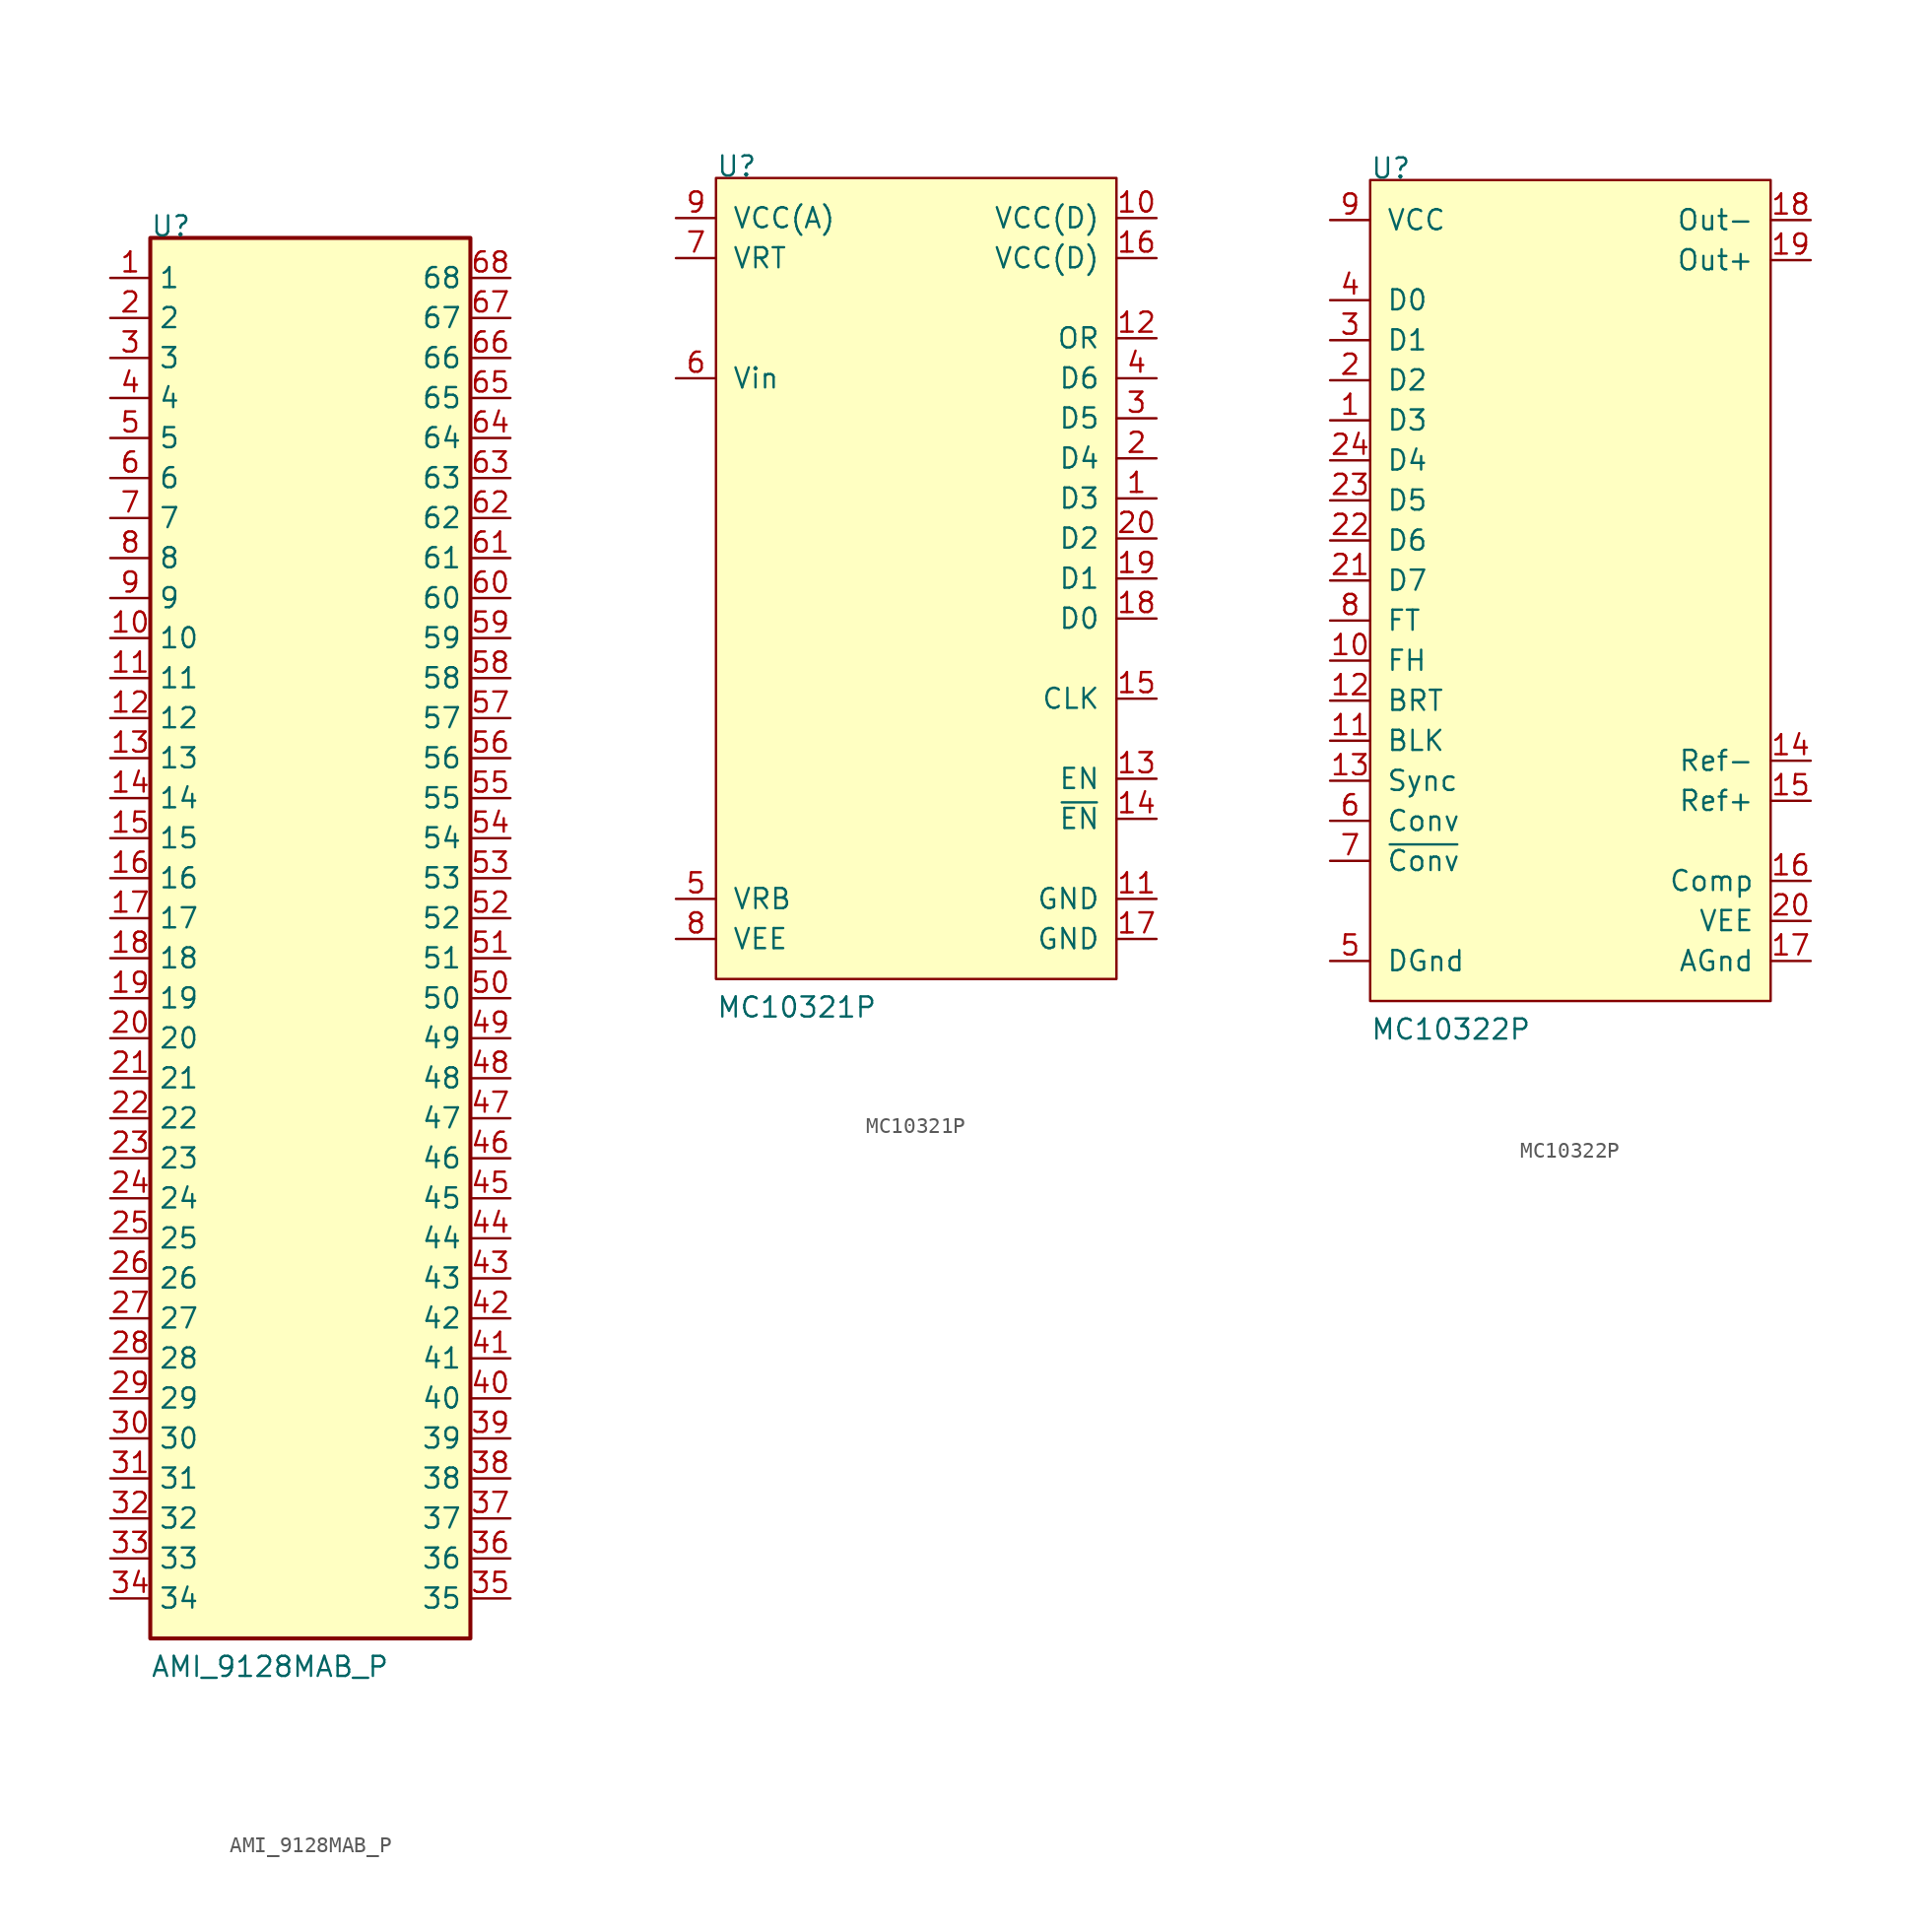
<source format=kicad_sym>
(kicad_symbol_lib
  (version 20211014)
  (generator kicad_symbol_editor)
  (symbol "AMI_9128MAB_P"
    (property "Reference" "U"
      (at -10.16 44.45 0)
      (effects (font (size 1.27 1.27)) (justify left bottom)))
    (property "Value" "AMI_9128MAB_P"
      (at -10.16 -46.99 0)
      (effects (font (size 1.27 1.27)) (justify left bottom)))
    (symbol "AMI_9128MAB_P_0_0"
      (rectangle (start -10.16 44.45) (end 10.16 -44.45) (stroke (width 0.254) (type default) (color 0 0 0 0)) (fill (type background))))
    (symbol "AMI_9128MAB_P_1_1"
      (pin passive line (at -12.7 41.91 0) (length 2.54) (name "1" (effects (font (size 1.27 1.27)))) (number "1" (effects (font (size 1.27 1.27)))))
      (pin passive line (at -12.7 19.05 0) (length 2.54) (name "10" (effects (font (size 1.27 1.27)))) (number "10" (effects (font (size 1.27 1.27)))))
      (pin passive line (at -12.7 16.51 0) (length 2.54) (name "11" (effects (font (size 1.27 1.27)))) (number "11" (effects (font (size 1.27 1.27)))))
      (pin passive line (at -12.7 13.97 0) (length 2.54) (name "12" (effects (font (size 1.27 1.27)))) (number "12" (effects (font (size 1.27 1.27)))))
      (pin passive line (at -12.7 11.43 0) (length 2.54) (name "13" (effects (font (size 1.27 1.27)))) (number "13" (effects (font (size 1.27 1.27)))))
      (pin passive line (at -12.7 8.89 0) (length 2.54) (name "14" (effects (font (size 1.27 1.27)))) (number "14" (effects (font (size 1.27 1.27)))))
      (pin passive line (at -12.7 6.35 0) (length 2.54) (name "15" (effects (font (size 1.27 1.27)))) (number "15" (effects (font (size 1.27 1.27)))))
      (pin passive line (at -12.7 3.81 0) (length 2.54) (name "16" (effects (font (size 1.27 1.27)))) (number "16" (effects (font (size 1.27 1.27)))))
      (pin passive line (at -12.7 1.27 0) (length 2.54) (name "17" (effects (font (size 1.27 1.27)))) (number "17" (effects (font (size 1.27 1.27)))))
      (pin passive line (at -12.7 -1.27 0) (length 2.54) (name "18" (effects (font (size 1.27 1.27)))) (number "18" (effects (font (size 1.27 1.27)))))
      (pin passive line (at -12.7 -3.81 0) (length 2.54) (name "19" (effects (font (size 1.27 1.27)))) (number "19" (effects (font (size 1.27 1.27)))))
      (pin passive line (at -12.7 39.37 0) (length 2.54) (name "2" (effects (font (size 1.27 1.27)))) (number "2" (effects (font (size 1.27 1.27)))))
      (pin passive line (at -12.7 -6.35 0) (length 2.54) (name "20" (effects (font (size 1.27 1.27)))) (number "20" (effects (font (size 1.27 1.27)))))
      (pin passive line (at -12.7 -8.89 0) (length 2.54) (name "21" (effects (font (size 1.27 1.27)))) (number "21" (effects (font (size 1.27 1.27)))))
      (pin passive line (at -12.7 -11.43 0) (length 2.54) (name "22" (effects (font (size 1.27 1.27)))) (number "22" (effects (font (size 1.27 1.27)))))
      (pin passive line (at -12.7 -13.97 0) (length 2.54) (name "23" (effects (font (size 1.27 1.27)))) (number "23" (effects (font (size 1.27 1.27)))))
      (pin passive line (at -12.7 -16.51 0) (length 2.54) (name "24" (effects (font (size 1.27 1.27)))) (number "24" (effects (font (size 1.27 1.27)))))
      (pin passive line (at -12.7 -19.05 0) (length 2.54) (name "25" (effects (font (size 1.27 1.27)))) (number "25" (effects (font (size 1.27 1.27)))))
      (pin passive line (at -12.7 -21.59 0) (length 2.54) (name "26" (effects (font (size 1.27 1.27)))) (number "26" (effects (font (size 1.27 1.27)))))
      (pin passive line (at -12.7 -24.13 0) (length 2.54) (name "27" (effects (font (size 1.27 1.27)))) (number "27" (effects (font (size 1.27 1.27)))))
      (pin passive line (at -12.7 -26.67 0) (length 2.54) (name "28" (effects (font (size 1.27 1.27)))) (number "28" (effects (font (size 1.27 1.27)))))
      (pin passive line (at -12.7 -29.21 0) (length 2.54) (name "29" (effects (font (size 1.27 1.27)))) (number "29" (effects (font (size 1.27 1.27)))))
      (pin passive line (at -12.7 36.83 0) (length 2.54) (name "3" (effects (font (size 1.27 1.27)))) (number "3" (effects (font (size 1.27 1.27)))))
      (pin passive line (at -12.7 -31.75 0) (length 2.54) (name "30" (effects (font (size 1.27 1.27)))) (number "30" (effects (font (size 1.27 1.27)))))
      (pin passive line (at -12.7 -34.29 0) (length 2.54) (name "31" (effects (font (size 1.27 1.27)))) (number "31" (effects (font (size 1.27 1.27)))))
      (pin passive line (at -12.7 -36.83 0) (length 2.54) (name "32" (effects (font (size 1.27 1.27)))) (number "32" (effects (font (size 1.27 1.27)))))
      (pin passive line (at -12.7 -39.37 0) (length 2.54) (name "33" (effects (font (size 1.27 1.27)))) (number "33" (effects (font (size 1.27 1.27)))))
      (pin passive line (at -12.7 -41.91 0) (length 2.54) (name "34" (effects (font (size 1.27 1.27)))) (number "34" (effects (font (size 1.27 1.27)))))
      (pin passive line (at 12.7 -41.91 180) (length 2.54) (name "35" (effects (font (size 1.27 1.27)))) (number "35" (effects (font (size 1.27 1.27)))))
      (pin passive line (at 12.7 -39.37 180) (length 2.54) (name "36" (effects (font (size 1.27 1.27)))) (number "36" (effects (font (size 1.27 1.27)))))
      (pin passive line (at 12.7 -36.83 180) (length 2.54) (name "37" (effects (font (size 1.27 1.27)))) (number "37" (effects (font (size 1.27 1.27)))))
      (pin passive line (at 12.7 -34.29 180) (length 2.54) (name "38" (effects (font (size 1.27 1.27)))) (number "38" (effects (font (size 1.27 1.27)))))
      (pin passive line (at 12.7 -31.75 180) (length 2.54) (name "39" (effects (font (size 1.27 1.27)))) (number "39" (effects (font (size 1.27 1.27)))))
      (pin passive line (at -12.7 34.29 0) (length 2.54) (name "4" (effects (font (size 1.27 1.27)))) (number "4" (effects (font (size 1.27 1.27)))))
      (pin passive line (at 12.7 -29.21 180) (length 2.54) (name "40" (effects (font (size 1.27 1.27)))) (number "40" (effects (font (size 1.27 1.27)))))
      (pin passive line (at 12.7 -26.67 180) (length 2.54) (name "41" (effects (font (size 1.27 1.27)))) (number "41" (effects (font (size 1.27 1.27)))))
      (pin passive line (at 12.7 -24.13 180) (length 2.54) (name "42" (effects (font (size 1.27 1.27)))) (number "42" (effects (font (size 1.27 1.27)))))
      (pin passive line (at 12.7 -21.59 180) (length 2.54) (name "43" (effects (font (size 1.27 1.27)))) (number "43" (effects (font (size 1.27 1.27)))))
      (pin passive line (at 12.7 -19.05 180) (length 2.54) (name "44" (effects (font (size 1.27 1.27)))) (number "44" (effects (font (size 1.27 1.27)))))
      (pin passive line (at 12.7 -16.51 180) (length 2.54) (name "45" (effects (font (size 1.27 1.27)))) (number "45" (effects (font (size 1.27 1.27)))))
      (pin passive line (at 12.7 -13.97 180) (length 2.54) (name "46" (effects (font (size 1.27 1.27)))) (number "46" (effects (font (size 1.27 1.27)))))
      (pin passive line (at 12.7 -11.43 180) (length 2.54) (name "47" (effects (font (size 1.27 1.27)))) (number "47" (effects (font (size 1.27 1.27)))))
      (pin passive line (at 12.7 -8.89 180) (length 2.54) (name "48" (effects (font (size 1.27 1.27)))) (number "48" (effects (font (size 1.27 1.27)))))
      (pin passive line (at 12.7 -6.35 180) (length 2.54) (name "49" (effects (font (size 1.27 1.27)))) (number "49" (effects (font (size 1.27 1.27)))))
      (pin passive line (at -12.7 31.75 0) (length 2.54) (name "5" (effects (font (size 1.27 1.27)))) (number "5" (effects (font (size 1.27 1.27)))))
      (pin passive line (at 12.7 -3.81 180) (length 2.54) (name "50" (effects (font (size 1.27 1.27)))) (number "50" (effects (font (size 1.27 1.27)))))
      (pin passive line (at 12.7 -1.27 180) (length 2.54) (name "51" (effects (font (size 1.27 1.27)))) (number "51" (effects (font (size 1.27 1.27)))))
      (pin passive line (at 12.7 1.27 180) (length 2.54) (name "52" (effects (font (size 1.27 1.27)))) (number "52" (effects (font (size 1.27 1.27)))))
      (pin passive line (at 12.7 3.81 180) (length 2.54) (name "53" (effects (font (size 1.27 1.27)))) (number "53" (effects (font (size 1.27 1.27)))))
      (pin passive line (at 12.7 6.35 180) (length 2.54) (name "54" (effects (font (size 1.27 1.27)))) (number "54" (effects (font (size 1.27 1.27)))))
      (pin passive line (at 12.7 8.89 180) (length 2.54) (name "55" (effects (font (size 1.27 1.27)))) (number "55" (effects (font (size 1.27 1.27)))))
      (pin passive line (at 12.7 11.43 180) (length 2.54) (name "56" (effects (font (size 1.27 1.27)))) (number "56" (effects (font (size 1.27 1.27)))))
      (pin passive line (at 12.7 13.97 180) (length 2.54) (name "57" (effects (font (size 1.27 1.27)))) (number "57" (effects (font (size 1.27 1.27)))))
      (pin passive line (at 12.7 16.51 180) (length 2.54) (name "58" (effects (font (size 1.27 1.27)))) (number "58" (effects (font (size 1.27 1.27)))))
      (pin passive line (at 12.7 19.05 180) (length 2.54) (name "59" (effects (font (size 1.27 1.27)))) (number "59" (effects (font (size 1.27 1.27)))))
      (pin passive line (at -12.7 29.21 0) (length 2.54) (name "6" (effects (font (size 1.27 1.27)))) (number "6" (effects (font (size 1.27 1.27)))))
      (pin passive line (at 12.7 21.59 180) (length 2.54) (name "60" (effects (font (size 1.27 1.27)))) (number "60" (effects (font (size 1.27 1.27)))))
      (pin passive line (at 12.7 24.13 180) (length 2.54) (name "61" (effects (font (size 1.27 1.27)))) (number "61" (effects (font (size 1.27 1.27)))))
      (pin passive line (at 12.7 26.67 180) (length 2.54) (name "62" (effects (font (size 1.27 1.27)))) (number "62" (effects (font (size 1.27 1.27)))))
      (pin passive line (at 12.7 29.21 180) (length 2.54) (name "63" (effects (font (size 1.27 1.27)))) (number "63" (effects (font (size 1.27 1.27)))))
      (pin passive line (at 12.7 31.75 180) (length 2.54) (name "64" (effects (font (size 1.27 1.27)))) (number "64" (effects (font (size 1.27 1.27)))))
      (pin passive line (at 12.7 34.29 180) (length 2.54) (name "65" (effects (font (size 1.27 1.27)))) (number "65" (effects (font (size 1.27 1.27)))))
      (pin passive line (at 12.7 36.83 180) (length 2.54) (name "66" (effects (font (size 1.27 1.27)))) (number "66" (effects (font (size 1.27 1.27)))))
      (pin passive line (at 12.7 39.37 180) (length 2.54) (name "67" (effects (font (size 1.27 1.27)))) (number "67" (effects (font (size 1.27 1.27)))))
      (pin passive line (at 12.7 41.91 180) (length 2.54) (name "68" (effects (font (size 1.27 1.27)))) (number "68" (effects (font (size 1.27 1.27)))))
      (pin passive line (at -12.7 26.67 0) (length 2.54) (name "7" (effects (font (size 1.27 1.27)))) (number "7" (effects (font (size 1.27 1.27)))))
      (pin passive line (at -12.7 24.13 0) (length 2.54) (name "8" (effects (font (size 1.27 1.27)))) (number "8" (effects (font (size 1.27 1.27)))))
      (pin passive line (at -12.7 21.59 0) (length 2.54) (name "9" (effects (font (size 1.27 1.27)))) (number "9" (effects (font (size 1.27 1.27)))))))
  (symbol "MC10321P"
    (pin_names
      (offset 1.016))
    (property "Reference" "U"
      (at -12.7 25.4 0)
      (effects (font (size 1.27 1.27)) (justify left bottom)))
    (property "Value" "MC10321P"
      (at -12.7 -27.94 0)
      (effects (font (size 1.27 1.27)) (justify left bottom)))
    (symbol "MC10321P_0_1"
      (rectangle (start -12.7 25.4) (end 12.7 -25.4) (stroke (width 0) (type default) (color 0 0 0 0)) (fill (type background))))
    (symbol "MC10321P_1_1"
      (pin tri_state line (at 15.24 5.08 180) (length 2.54) (name "D3" (effects (font (size 1.27 1.27)))) (number "1" (effects (font (size 1.27 1.27)))))
      (pin power_in line (at 15.24 22.86 180) (length 2.54) (name "VCC(D)" (effects (font (size 1.27 1.27)))) (number "10" (effects (font (size 1.27 1.27)))))
      (pin power_in line (at 15.24 -20.32 180) (length 2.54) (name "GND" (effects (font (size 1.27 1.27)))) (number "11" (effects (font (size 1.27 1.27)))))
      (pin output line (at 15.24 15.24 180) (length 2.54) (name "OR" (effects (font (size 1.27 1.27)))) (number "12" (effects (font (size 1.27 1.27)))))
      (pin input line (at 15.24 -12.7 180) (length 2.54) (name "EN" (effects (font (size 1.27 1.27)))) (number "13" (effects (font (size 1.27 1.27)))))
      (pin input line (at 15.24 -15.24 180) (length 2.54) (name "~{EN}" (effects (font (size 1.27 1.27)))) (number "14" (effects (font (size 1.27 1.27)))))
      (pin input line (at 15.24 -7.62 180) (length 2.54) (name "CLK" (effects (font (size 1.27 1.27)))) (number "15" (effects (font (size 1.27 1.27)))))
      (pin power_in line (at 15.24 20.32 180) (length 2.54) (name "VCC(D)" (effects (font (size 1.27 1.27)))) (number "16" (effects (font (size 1.27 1.27)))))
      (pin power_in line (at 15.24 -22.86 180) (length 2.54) (name "GND" (effects (font (size 1.27 1.27)))) (number "17" (effects (font (size 1.27 1.27)))))
      (pin tri_state line (at 15.24 -2.54 180) (length 2.54) (name "D0" (effects (font (size 1.27 1.27)))) (number "18" (effects (font (size 1.27 1.27)))))
      (pin tri_state line (at 15.24 0 180) (length 2.54) (name "D1" (effects (font (size 1.27 1.27)))) (number "19" (effects (font (size 1.27 1.27)))))
      (pin tri_state line (at 15.24 7.62 180) (length 2.54) (name "D4" (effects (font (size 1.27 1.27)))) (number "2" (effects (font (size 1.27 1.27)))))
      (pin tri_state line (at 15.24 2.54 180) (length 2.54) (name "D2" (effects (font (size 1.27 1.27)))) (number "20" (effects (font (size 1.27 1.27)))))
      (pin tri_state line (at 15.24 10.16 180) (length 2.54) (name "D5" (effects (font (size 1.27 1.27)))) (number "3" (effects (font (size 1.27 1.27)))))
      (pin tri_state line (at 15.24 12.7 180) (length 2.54) (name "D6" (effects (font (size 1.27 1.27)))) (number "4" (effects (font (size 1.27 1.27)))))
      (pin passive line (at -15.24 -20.32 0) (length 2.54) (name "VRB" (effects (font (size 1.27 1.27)))) (number "5" (effects (font (size 1.27 1.27)))))
      (pin input line (at -15.24 12.7 0) (length 2.54) (name "Vin" (effects (font (size 1.27 1.27)))) (number "6" (effects (font (size 1.27 1.27)))))
      (pin passive line (at -15.24 20.32 0) (length 2.54) (name "VRT" (effects (font (size 1.27 1.27)))) (number "7" (effects (font (size 1.27 1.27)))))
      (pin power_in line (at -15.24 -22.86 0) (length 2.54) (name "VEE" (effects (font (size 1.27 1.27)))) (number "8" (effects (font (size 1.27 1.27)))))
      (pin power_in line (at -15.24 22.86 0) (length 2.54) (name "VCC(A)" (effects (font (size 1.27 1.27)))) (number "9" (effects (font (size 1.27 1.27)))))))
  (symbol "MC10322P"
    (pin_names
      (offset 1.016))
    (property "Reference" "U"
      (at -12.7 25.4 0)
      (effects (font (size 1.27 1.27)) (justify left bottom)))
    (property "Value" "MC10322P"
      (at -12.7 -29.21 0)
      (effects (font (size 1.27 1.27)) (justify left bottom)))
    (symbol "MC10322P_0_1"
      (rectangle (start -12.7 25.4) (end 12.7 -26.67) (stroke (width 0.152) (type default) (color 0 0 0 0)) (fill (type background))))
    (symbol "MC10322P_1_1"
      (pin input line (at -15.24 10.16 0) (length 2.54) (name "D3" (effects (font (size 1.27 1.27)))) (number "1" (effects (font (size 1.27 1.27)))))
      (pin input line (at -15.24 -5.08 0) (length 2.54) (name "FH" (effects (font (size 1.27 1.27)))) (number "10" (effects (font (size 1.27 1.27)))))
      (pin input line (at -15.24 -10.16 0) (length 2.54) (name "BLK" (effects (font (size 1.27 1.27)))) (number "11" (effects (font (size 1.27 1.27)))))
      (pin input line (at -15.24 -7.62 0) (length 2.54) (name "BRT" (effects (font (size 1.27 1.27)))) (number "12" (effects (font (size 1.27 1.27)))))
      (pin input line (at -15.24 -12.7 0) (length 2.54) (name "Sync" (effects (font (size 1.27 1.27)))) (number "13" (effects (font (size 1.27 1.27)))))
      (pin passive line (at 15.24 -11.43 180) (length 2.54) (name "Ref-" (effects (font (size 1.27 1.27)))) (number "14" (effects (font (size 1.27 1.27)))))
      (pin passive line (at 15.24 -13.97 180) (length 2.54) (name "Ref+" (effects (font (size 1.27 1.27)))) (number "15" (effects (font (size 1.27 1.27)))))
      (pin passive line (at 15.24 -19.05 180) (length 2.54) (name "Comp" (effects (font (size 1.27 1.27)))) (number "16" (effects (font (size 1.27 1.27)))))
      (pin power_in line (at 15.24 -24.13 180) (length 2.54) (name "AGnd" (effects (font (size 1.27 1.27)))) (number "17" (effects (font (size 1.27 1.27)))))
      (pin output line (at 15.24 22.86 180) (length 2.54) (name "Out-" (effects (font (size 1.27 1.27)))) (number "18" (effects (font (size 1.27 1.27)))))
      (pin output line (at 15.24 20.32 180) (length 2.54) (name "Out+" (effects (font (size 1.27 1.27)))) (number "19" (effects (font (size 1.27 1.27)))))
      (pin input line (at -15.24 12.7 0) (length 2.54) (name "D2" (effects (font (size 1.27 1.27)))) (number "2" (effects (font (size 1.27 1.27)))))
      (pin power_in line (at 15.24 -21.59 180) (length 2.54) (name "VEE" (effects (font (size 1.27 1.27)))) (number "20" (effects (font (size 1.27 1.27)))))
      (pin input line (at -15.24 0 0) (length 2.54) (name "D7" (effects (font (size 1.27 1.27)))) (number "21" (effects (font (size 1.27 1.27)))))
      (pin input line (at -15.24 2.54 0) (length 2.54) (name "D6" (effects (font (size 1.27 1.27)))) (number "22" (effects (font (size 1.27 1.27)))))
      (pin input line (at -15.24 5.08 0) (length 2.54) (name "D5" (effects (font (size 1.27 1.27)))) (number "23" (effects (font (size 1.27 1.27)))))
      (pin input line (at -15.24 7.62 0) (length 2.54) (name "D4" (effects (font (size 1.27 1.27)))) (number "24" (effects (font (size 1.27 1.27)))))
      (pin input line (at -15.24 15.24 0) (length 2.54) (name "D1" (effects (font (size 1.27 1.27)))) (number "3" (effects (font (size 1.27 1.27)))))
      (pin input line (at -15.24 17.78 0) (length 2.54) (name "D0" (effects (font (size 1.27 1.27)))) (number "4" (effects (font (size 1.27 1.27)))))
      (pin power_in line (at -15.24 -24.13 0) (length 2.54) (name "DGnd" (effects (font (size 1.27 1.27)))) (number "5" (effects (font (size 1.27 1.27)))))
      (pin input line (at -15.24 -15.24 0) (length 2.54) (name "Conv" (effects (font (size 1.27 1.27)))) (number "6" (effects (font (size 1.27 1.27)))))
      (pin input line (at -15.24 -17.78 0) (length 2.54) (name "~{Conv}" (effects (font (size 1.27 1.27)))) (number "7" (effects (font (size 1.27 1.27)))))
      (pin input line (at -15.24 -2.54 0) (length 2.54) (name "FT" (effects (font (size 1.27 1.27)))) (number "8" (effects (font (size 1.27 1.27)))))
      (pin power_in line (at -15.24 22.86 0) (length 2.54) (name "VCC" (effects (font (size 1.27 1.27)))) (number "9" (effects (font (size 1.27 1.27))))))))
</source>
